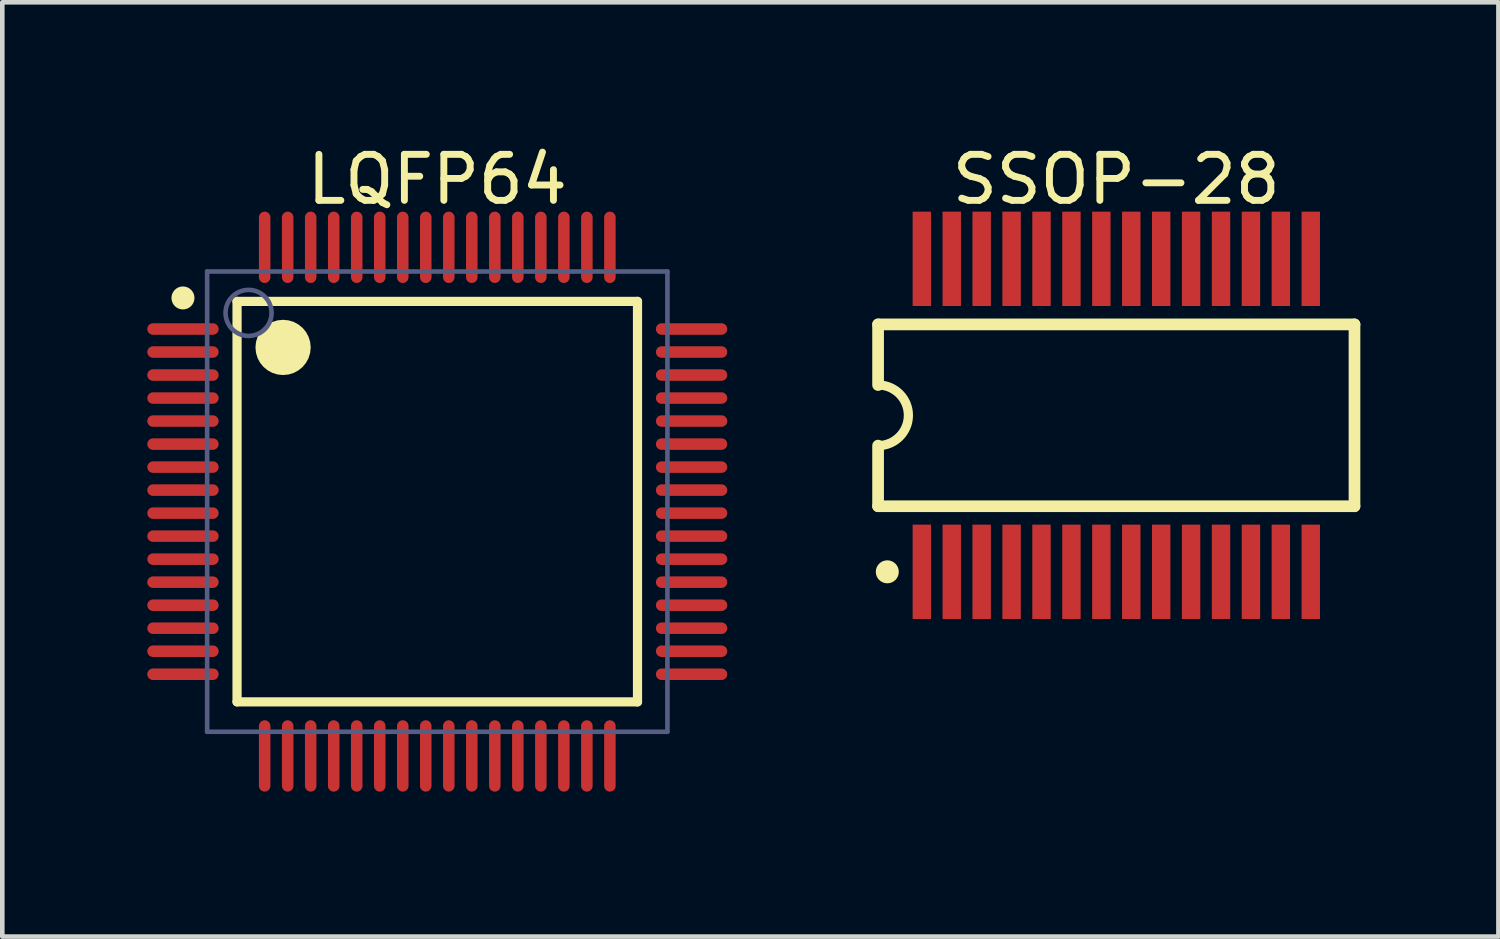
<source format=kicad_pcb>
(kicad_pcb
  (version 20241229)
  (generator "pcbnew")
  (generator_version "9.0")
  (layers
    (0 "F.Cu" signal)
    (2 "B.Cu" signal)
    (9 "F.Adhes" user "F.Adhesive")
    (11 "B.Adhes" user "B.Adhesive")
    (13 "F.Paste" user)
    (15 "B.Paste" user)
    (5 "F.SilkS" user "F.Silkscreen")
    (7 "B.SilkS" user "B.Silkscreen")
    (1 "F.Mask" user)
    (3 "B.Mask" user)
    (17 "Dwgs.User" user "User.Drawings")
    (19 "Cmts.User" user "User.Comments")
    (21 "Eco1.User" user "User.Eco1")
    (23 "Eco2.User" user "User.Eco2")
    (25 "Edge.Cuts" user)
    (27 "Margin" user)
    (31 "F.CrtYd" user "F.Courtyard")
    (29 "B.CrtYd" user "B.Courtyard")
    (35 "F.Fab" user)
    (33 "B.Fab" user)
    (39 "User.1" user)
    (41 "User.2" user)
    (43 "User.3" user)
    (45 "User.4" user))
  (footprint "SSOP-28"
    (layer "F.Cu")
    (at 21.202 5.973)
    (property "Reference" "SSOP-28" (at 0 -5.125 0) (layer "F.SilkS") (effects (font (size 1 1) (thickness 0.15))))
    (fp_line (start -5.175 -1.975) (end 5.175 -1.975) (stroke (width 0.254) (type solid)) (layer "F.SilkS"))
    (fp_line (start -5.175 -0.658) (end -5.175 -1.975) (stroke (width 0.254) (type solid)) (layer "F.SilkS"))
    (fp_line (start -5.175 1.975) (end -5.175 0.658) (stroke (width 0.254) (type solid)) (layer "F.SilkS"))
    (fp_line (start -5.175 1.975) (end 5.175 1.975) (stroke (width 0.254) (type solid)) (layer "F.SilkS"))
    (fp_line (start 5.175 1.975) (end 5.175 -1.975) (stroke (width 0.254) (type solid)) (layer "F.SilkS"))
    (fp_arc (start -5.175 -0.65833) (mid -4.51667 0) (end -5.175 0.65833) (stroke (width 0.2) (type solid)) (layer "F.SilkS"))
    (fp_circle (center -4.975 3.4) (end -4.975 3.275) (stroke (width 0.25) (type solid)) (fill no) (layer "F.SilkS"))
    (fp_line (start -0.635 0) (end 0.635 0) (stroke (width 0.254) (type solid)) (layer "Eco2.User"))
    (fp_line (start 0 0.635) (end 0 -0.635) (stroke (width 0.254) (type solid)) (layer "Eco2.User"))
    (pad "1" smd rect (at -4.225 3.4 180) (size 0.4 2.05) (layers "F.Cu" "F.Mask" "F.Paste"))
    (pad "2" smd rect (at -3.575 3.4 180) (size 0.4 2.05) (layers "F.Cu" "F.Mask" "F.Paste"))
    (pad "3" smd rect (at -2.925 3.4 180) (size 0.4 2.05) (layers "F.Cu" "F.Mask" "F.Paste"))
    (pad "4" smd rect (at -2.275 3.4 180) (size 0.4 2.05) (layers "F.Cu" "F.Mask" "F.Paste"))
    (pad "5" smd rect (at -1.625 3.4 180) (size 0.4 2.05) (layers "F.Cu" "F.Mask" "F.Paste"))
    (pad "6" smd rect (at -0.975 3.4 180) (size 0.4 2.05) (layers "F.Cu" "F.Mask" "F.Paste"))
    (pad "7" smd rect (at -0.325 3.4 180) (size 0.4 2.05) (layers "F.Cu" "F.Mask" "F.Paste"))
    (pad "8" smd rect (at 0.325 3.4 180) (size 0.4 2.05) (layers "F.Cu" "F.Mask" "F.Paste"))
    (pad "9" smd rect (at 0.975 3.4 180) (size 0.4 2.05) (layers "F.Cu" "F.Mask" "F.Paste"))
    (pad "10" smd rect (at 1.625 3.4 180) (size 0.4 2.05) (layers "F.Cu" "F.Mask" "F.Paste"))
    (pad "11" smd rect (at 2.275 3.4 180) (size 0.4 2.05) (layers "F.Cu" "F.Mask" "F.Paste"))
    (pad "12" smd rect (at 2.925 3.4 180) (size 0.4 2.05) (layers "F.Cu" "F.Mask" "F.Paste"))
    (pad "13" smd rect (at 3.575 3.4 180) (size 0.4 2.05) (layers "F.Cu" "F.Mask" "F.Paste"))
    (pad "14" smd rect (at 4.225 3.4 180) (size 0.4 2.05) (layers "F.Cu" "F.Mask" "F.Paste"))
    (pad "15" smd rect (at 4.225 -3.4 180) (size 0.4 2.05) (layers "F.Cu" "F.Mask" "F.Paste"))
    (pad "16" smd rect (at 3.575 -3.4 180) (size 0.4 2.05) (layers "F.Cu" "F.Mask" "F.Paste"))
    (pad "17" smd rect (at 2.925 -3.4 180) (size 0.4 2.05) (layers "F.Cu" "F.Mask" "F.Paste"))
    (pad "18" smd rect (at 2.275 -3.4 180) (size 0.4 2.05) (layers "F.Cu" "F.Mask" "F.Paste"))
    (pad "19" smd rect (at 1.625 -3.4 180) (size 0.4 2.05) (layers "F.Cu" "F.Mask" "F.Paste"))
    (pad "20" smd rect (at 0.975 -3.4 180) (size 0.4 2.05) (layers "F.Cu" "F.Mask" "F.Paste"))
    (pad "21" smd rect (at 0.325 -3.4 180) (size 0.4 2.05) (layers "F.Cu" "F.Mask" "F.Paste"))
    (pad "22" smd rect (at -0.325 -3.4 180) (size 0.4 2.05) (layers "F.Cu" "F.Mask" "F.Paste"))
    (pad "23" smd rect (at -0.975 -3.4 180) (size 0.4 2.05) (layers "F.Cu" "F.Mask" "F.Paste"))
    (pad "24" smd rect (at -1.625 -3.4 180) (size 0.4 2.05) (layers "F.Cu" "F.Mask" "F.Paste"))
    (pad "25" smd rect (at -2.275 -3.4 180) (size 0.4 2.05) (layers "F.Cu" "F.Mask" "F.Paste"))
    (pad "26" smd rect (at -2.925 -3.4 180) (size 0.4 2.05) (layers "F.Cu" "F.Mask" "F.Paste"))
    (pad "27" smd rect (at -3.575 -3.4 180) (size 0.4 2.05) (layers "F.Cu" "F.Mask" "F.Paste"))
    (pad "28" smd rect (at -4.225 -3.4 180) (size 0.4 2.05) (layers "F.Cu" "F.Mask" "F.Paste")))
  (footprint "LQFP64"
    (layer "F.Cu")
    (at 6.45 7.848)
    (property "Reference" "LQFP64" (at 0 -7 0) (layer "F.SilkS") (effects (font (size 1 1) (thickness 0.15))))
    (fp_line (start -4.35 -4.35) (end 4.35 -4.35) (stroke (width 0.2) (type solid)) (layer "F.SilkS"))
    (fp_line (start -4.35 4.35) (end -4.35 -4.35) (stroke (width 0.2) (type solid)) (layer "F.SilkS"))
    (fp_line (start -4.35 4.35) (end 4.35 4.35) (stroke (width 0.2) (type solid)) (layer "F.SilkS"))
    (fp_line (start 4.35 4.35) (end 4.35 -4.35) (stroke (width 0.2) (type solid)) (layer "F.SilkS"))
    (fp_circle (center -5.525 -4.425) (end -5.525 -4.55) (stroke (width 0.25) (type solid)) (fill no) (layer "F.SilkS"))
    (fp_circle (center -3.35 -3.35) (end -3.35 -3.65) (stroke (width 0.6) (type solid)) (fill no) (layer "F.SilkS"))
    (fp_line (start -6.4 -6.4) (end 6.4 -6.4) (stroke (width 0.1) (type solid)) (layer "Eco2.User"))
    (fp_line (start -6.4 6.4) (end -6.4 -6.4) (stroke (width 0.1) (type solid)) (layer "Eco2.User"))
    (fp_line (start -6.4 6.4) (end 6.4 6.4) (stroke (width 0.1) (type solid)) (layer "Eco2.User"))
    (fp_line (start -0.5 0) (end 0.5 0) (stroke (width 0.1) (type solid)) (layer "Eco2.User"))
    (fp_line (start 0 0.5) (end 0 -0.5) (stroke (width 0.1) (type solid)) (layer "Eco2.User"))
    (fp_line (start 6.4 6.4) (end 6.4 -6.4) (stroke (width 0.1) (type solid)) (layer "Eco2.User"))
    (fp_line (start -5 -5) (end 5 -5) (stroke (width 0.1) (type solid)) (layer "B.Fab"))
    (fp_line (start -5 5) (end -5 -5) (stroke (width 0.1) (type solid)) (layer "B.Fab"))
    (fp_line (start -5 5) (end 5 5) (stroke (width 0.1) (type solid)) (layer "B.Fab"))
    (fp_line (start 5 5) (end 5 -5) (stroke (width 0.1) (type solid)) (layer "B.Fab"))
    (fp_circle (center -4.1 -4.1) (end -4.1 -4.6) (stroke (width 0.1) (type solid)) (fill no) (layer "B.Fab"))
    (pad "1" smd oval (at -5.525 -3.75 90) (size 0.25 1.55) (layers "F.Cu" "F.Mask" "F.Paste"))
    (pad "2" smd oval (at -5.525 -3.25 90) (size 0.25 1.55) (layers "F.Cu" "F.Mask" "F.Paste"))
    (pad "3" smd oval (at -5.525 -2.75 90) (size 0.25 1.55) (layers "F.Cu" "F.Mask" "F.Paste"))
    (pad "4" smd oval (at -5.525 -2.25 90) (size 0.25 1.55) (layers "F.Cu" "F.Mask" "F.Paste"))
    (pad "5" smd oval (at -5.525 -1.75 90) (size 0.25 1.55) (layers "F.Cu" "F.Mask" "F.Paste"))
    (pad "6" smd oval (at -5.525 -1.25 90) (size 0.25 1.55) (layers "F.Cu" "F.Mask" "F.Paste"))
    (pad "7" smd oval (at -5.525 -0.75 90) (size 0.25 1.55) (layers "F.Cu" "F.Mask" "F.Paste"))
    (pad "8" smd oval (at -5.525 -0.25 90) (size 0.25 1.55) (layers "F.Cu" "F.Mask" "F.Paste"))
    (pad "9" smd oval (at -5.525 0.25 90) (size 0.25 1.55) (layers "F.Cu" "F.Mask" "F.Paste"))
    (pad "10" smd oval (at -5.525 0.75 90) (size 0.25 1.55) (layers "F.Cu" "F.Mask" "F.Paste"))
    (pad "11" smd oval (at -5.525 1.25 90) (size 0.25 1.55) (layers "F.Cu" "F.Mask" "F.Paste"))
    (pad "12" smd oval (at -5.525 1.75 90) (size 0.25 1.55) (layers "F.Cu" "F.Mask" "F.Paste"))
    (pad "13" smd oval (at -5.525 2.25 90) (size 0.25 1.55) (layers "F.Cu" "F.Mask" "F.Paste"))
    (pad "14" smd oval (at -5.525 2.75 90) (size 0.25 1.55) (layers "F.Cu" "F.Mask" "F.Paste"))
    (pad "15" smd oval (at -5.525 3.25 90) (size 0.25 1.55) (layers "F.Cu" "F.Mask" "F.Paste"))
    (pad "16" smd oval (at -5.525 3.75 90) (size 0.25 1.55) (layers "F.Cu" "F.Mask" "F.Paste"))
    (pad "17" smd oval (at -3.75 5.525) (size 0.25 1.55) (layers "F.Cu" "F.Mask" "F.Paste"))
    (pad "18" smd oval (at -3.25 5.525) (size 0.25 1.55) (layers "F.Cu" "F.Mask" "F.Paste"))
    (pad "19" smd oval (at -2.75 5.525) (size 0.25 1.55) (layers "F.Cu" "F.Mask" "F.Paste"))
    (pad "20" smd oval (at -2.25 5.525) (size 0.25 1.55) (layers "F.Cu" "F.Mask" "F.Paste"))
    (pad "21" smd oval (at -1.75 5.525) (size 0.25 1.55) (layers "F.Cu" "F.Mask" "F.Paste"))
    (pad "22" smd oval (at -1.25 5.525) (size 0.25 1.55) (layers "F.Cu" "F.Mask" "F.Paste"))
    (pad "23" smd oval (at -0.75 5.525) (size 0.25 1.55) (layers "F.Cu" "F.Mask" "F.Paste"))
    (pad "24" smd oval (at -0.25 5.525) (size 0.25 1.55) (layers "F.Cu" "F.Mask" "F.Paste"))
    (pad "25" smd oval (at 0.25 5.525) (size 0.25 1.55) (layers "F.Cu" "F.Mask" "F.Paste"))
    (pad "26" smd oval (at 0.75 5.525) (size 0.25 1.55) (layers "F.Cu" "F.Mask" "F.Paste"))
    (pad "27" smd oval (at 1.25 5.525) (size 0.25 1.55) (layers "F.Cu" "F.Mask" "F.Paste"))
    (pad "28" smd oval (at 1.75 5.525) (size 0.25 1.55) (layers "F.Cu" "F.Mask" "F.Paste"))
    (pad "29" smd oval (at 2.25 5.525) (size 0.25 1.55) (layers "F.Cu" "F.Mask" "F.Paste"))
    (pad "30" smd oval (at 2.75 5.525) (size 0.25 1.55) (layers "F.Cu" "F.Mask" "F.Paste"))
    (pad "31" smd oval (at 3.25 5.525) (size 0.25 1.55) (layers "F.Cu" "F.Mask" "F.Paste"))
    (pad "32" smd oval (at 3.75 5.525) (size 0.25 1.55) (layers "F.Cu" "F.Mask" "F.Paste"))
    (pad "33" smd oval (at 5.525 3.75 90) (size 0.25 1.55) (layers "F.Cu" "F.Mask" "F.Paste"))
    (pad "34" smd oval (at 5.525 3.25 90) (size 0.25 1.55) (layers "F.Cu" "F.Mask" "F.Paste"))
    (pad "35" smd oval (at 5.525 2.75 90) (size 0.25 1.55) (layers "F.Cu" "F.Mask" "F.Paste"))
    (pad "36" smd oval (at 5.525 2.25 90) (size 0.25 1.55) (layers "F.Cu" "F.Mask" "F.Paste"))
    (pad "37" smd oval (at 5.525 1.75 90) (size 0.25 1.55) (layers "F.Cu" "F.Mask" "F.Paste"))
    (pad "38" smd oval (at 5.525 1.25 90) (size 0.25 1.55) (layers "F.Cu" "F.Mask" "F.Paste"))
    (pad "39" smd oval (at 5.525 0.75 90) (size 0.25 1.55) (layers "F.Cu" "F.Mask" "F.Paste"))
    (pad "40" smd oval (at 5.525 0.25 90) (size 0.25 1.55) (layers "F.Cu" "F.Mask" "F.Paste"))
    (pad "41" smd oval (at 5.525 -0.25 90) (size 0.25 1.55) (layers "F.Cu" "F.Mask" "F.Paste"))
    (pad "42" smd oval (at 5.525 -0.75 90) (size 0.25 1.55) (layers "F.Cu" "F.Mask" "F.Paste"))
    (pad "43" smd oval (at 5.525 -1.25 90) (size 0.25 1.55) (layers "F.Cu" "F.Mask" "F.Paste"))
    (pad "44" smd oval (at 5.525 -1.75 90) (size 0.25 1.55) (layers "F.Cu" "F.Mask" "F.Paste"))
    (pad "45" smd oval (at 5.525 -2.25 90) (size 0.25 1.55) (layers "F.Cu" "F.Mask" "F.Paste"))
    (pad "46" smd oval (at 5.525 -2.75 90) (size 0.25 1.55) (layers "F.Cu" "F.Mask" "F.Paste"))
    (pad "47" smd oval (at 5.525 -3.25 90) (size 0.25 1.55) (layers "F.Cu" "F.Mask" "F.Paste"))
    (pad "48" smd oval (at 5.525 -3.75 90) (size 0.25 1.55) (layers "F.Cu" "F.Mask" "F.Paste"))
    (pad "49" smd oval (at 3.75 -5.525) (size 0.25 1.55) (layers "F.Cu" "F.Mask" "F.Paste"))
    (pad "50" smd oval (at 3.25 -5.525) (size 0.25 1.55) (layers "F.Cu" "F.Mask" "F.Paste"))
    (pad "51" smd oval (at 2.75 -5.525) (size 0.25 1.55) (layers "F.Cu" "F.Mask" "F.Paste"))
    (pad "52" smd oval (at 2.25 -5.525) (size 0.25 1.55) (layers "F.Cu" "F.Mask" "F.Paste"))
    (pad "53" smd oval (at 1.75 -5.525) (size 0.25 1.55) (layers "F.Cu" "F.Mask" "F.Paste"))
    (pad "54" smd oval (at 1.25 -5.525) (size 0.25 1.55) (layers "F.Cu" "F.Mask" "F.Paste"))
    (pad "55" smd oval (at 0.75 -5.525) (size 0.25 1.55) (layers "F.Cu" "F.Mask" "F.Paste"))
    (pad "56" smd oval (at 0.25 -5.525) (size 0.25 1.55) (layers "F.Cu" "F.Mask" "F.Paste"))
    (pad "57" smd oval (at -0.25 -5.525) (size 0.25 1.55) (layers "F.Cu" "F.Mask" "F.Paste"))
    (pad "58" smd oval (at -0.75 -5.525) (size 0.25 1.55) (layers "F.Cu" "F.Mask" "F.Paste"))
    (pad "59" smd oval (at -1.25 -5.525) (size 0.25 1.55) (layers "F.Cu" "F.Mask" "F.Paste"))
    (pad "60" smd oval (at -1.75 -5.525) (size 0.25 1.55) (layers "F.Cu" "F.Mask" "F.Paste"))
    (pad "61" smd oval (at -2.25 -5.525) (size 0.25 1.55) (layers "F.Cu" "F.Mask" "F.Paste"))
    (pad "62" smd oval (at -2.75 -5.525) (size 0.25 1.55) (layers "F.Cu" "F.Mask" "F.Paste"))
    (pad "63" smd oval (at -3.25 -5.525) (size 0.25 1.55) (layers "F.Cu" "F.Mask" "F.Paste"))
    (pad "64" smd oval (at -3.75 -5.525) (size 0.25 1.55) (layers "F.Cu" "F.Mask" "F.Paste")))
  (gr_rect
    (start -3 -3)
    (end 29.504 17.298)
    (stroke (width 0.1) (type default))
    (fill no)
    (layer "Edge.Cuts")))
</source>
